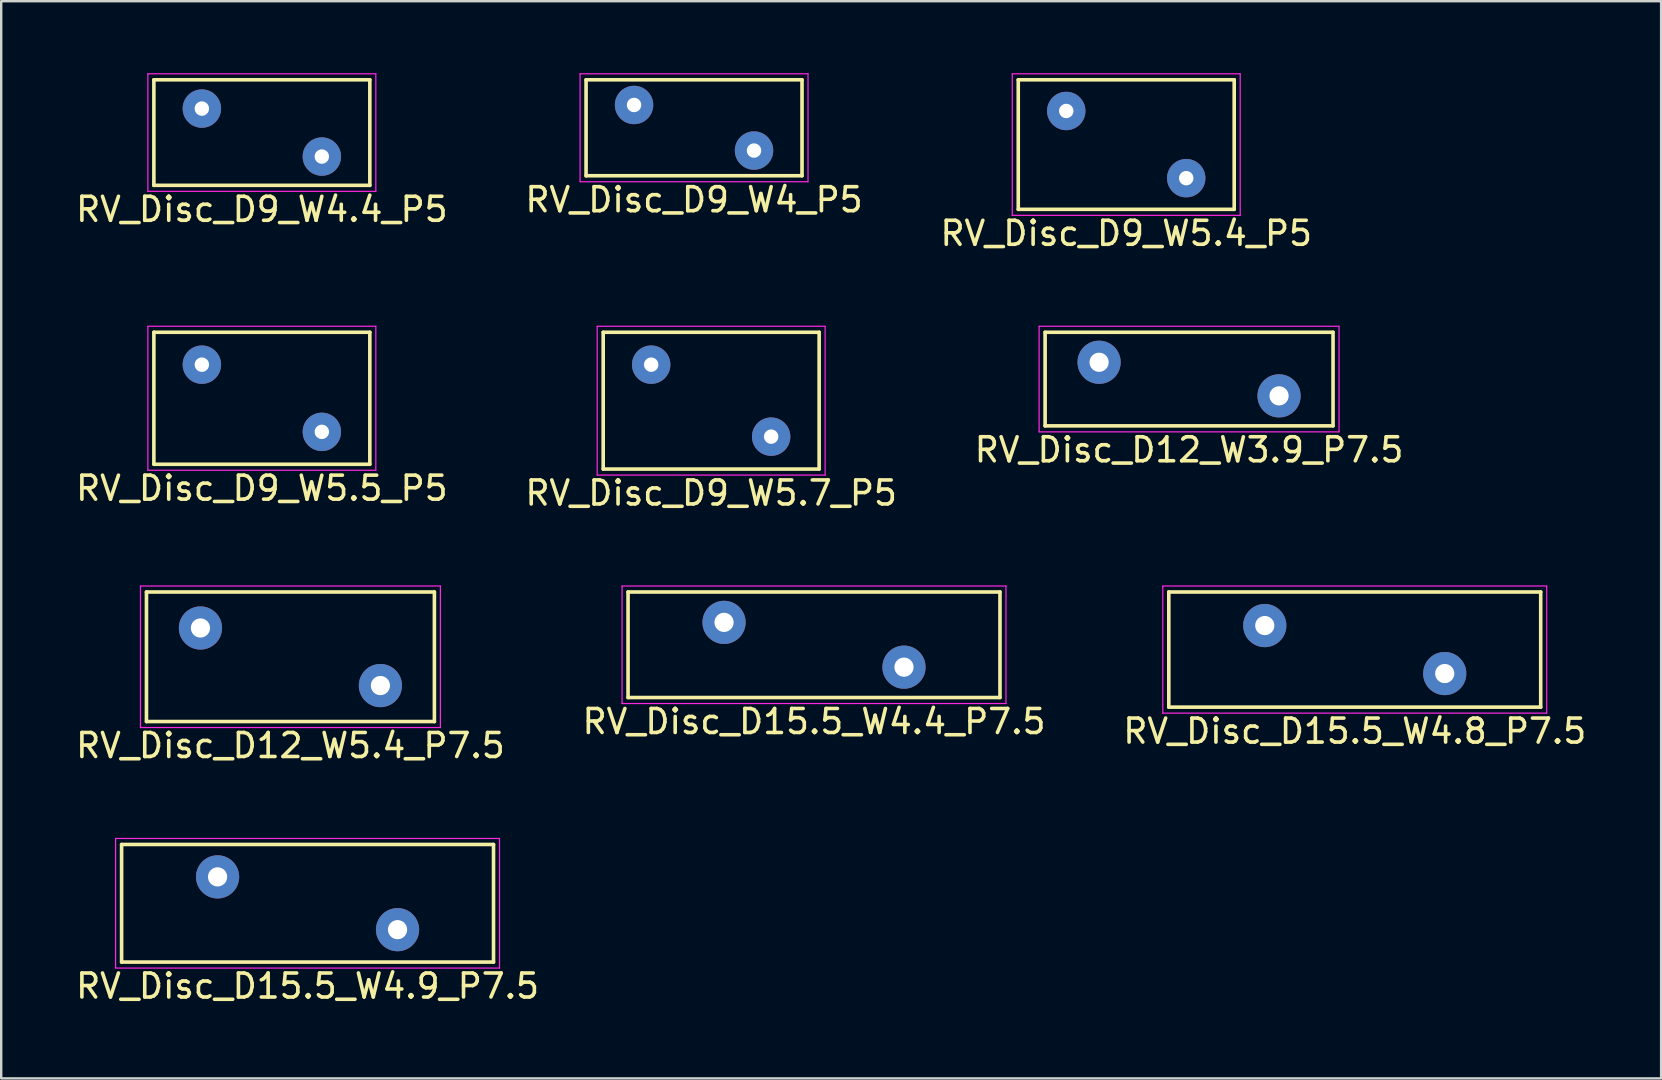
<source format=kicad_pcb>
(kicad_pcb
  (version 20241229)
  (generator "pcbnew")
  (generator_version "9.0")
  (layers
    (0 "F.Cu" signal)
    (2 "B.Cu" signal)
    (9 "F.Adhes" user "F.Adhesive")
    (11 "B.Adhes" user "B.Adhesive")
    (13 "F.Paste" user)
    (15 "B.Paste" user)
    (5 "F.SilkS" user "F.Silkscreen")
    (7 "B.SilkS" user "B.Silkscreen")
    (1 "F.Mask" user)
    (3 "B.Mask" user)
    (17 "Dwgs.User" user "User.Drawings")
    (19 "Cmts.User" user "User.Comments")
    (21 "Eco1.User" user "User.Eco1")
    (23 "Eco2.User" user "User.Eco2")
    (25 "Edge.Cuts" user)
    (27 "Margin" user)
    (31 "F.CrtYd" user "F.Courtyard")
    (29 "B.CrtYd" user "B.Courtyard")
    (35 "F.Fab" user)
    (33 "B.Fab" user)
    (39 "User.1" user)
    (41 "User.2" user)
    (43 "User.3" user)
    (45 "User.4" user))
  (footprint "RV_Disc_D9_W4_P5"
    (layer "F.Cu")
    (at 23.375 1.325)
    (property "Reference" "RV_Disc_D9_W4_P5" (at 2.5 3.95 0) (layer "F.SilkS") (effects (font (size 1 1) (thickness 0.15))))
    (attr through_hole)
    (fp_line (start -2 -1.05) (end -2 2.95) (stroke (width 0.15) (type solid)) (layer "F.SilkS"))
    (fp_line (start -2 -1.05) (end 7 -1.05) (stroke (width 0.15) (type solid)) (layer "F.SilkS"))
    (fp_line (start -2 2.95) (end 7 2.95) (stroke (width 0.15) (type solid)) (layer "F.SilkS"))
    (fp_line (start 7 -1.05) (end 7 2.95) (stroke (width 0.15) (type solid)) (layer "F.SilkS"))
    (fp_line (start -2.25 -1.3) (end -2.25 3.2) (stroke (width 0.05) (type solid)) (layer "F.CrtYd"))
    (fp_line (start -2.25 -1.3) (end 7.25 -1.3) (stroke (width 0.05) (type solid)) (layer "F.CrtYd"))
    (fp_line (start -2.25 3.2) (end 7.25 3.2) (stroke (width 0.05) (type solid)) (layer "F.CrtYd"))
    (fp_line (start 7.25 -1.3) (end 7.25 3.2) (stroke (width 0.05) (type solid)) (layer "F.CrtYd"))
    (pad "1" thru_hole circle (at 0 0) (size 1.6 1.6) (drill 0.6) (layers "*.Cu" "*.Mask"))
    (pad "2" thru_hole circle (at 5 1.9) (size 1.6 1.6) (drill 0.6) (layers "*.Cu" "*.Mask")))
  (footprint "RV_Disc_D15.5_W4.8_P7.5"
    (layer "F.Cu")
    (at 49.661 23.021)
    (property "Reference" "RV_Disc_D15.5_W4.8_P7.5" (at 3.75 4.4 0) (layer "F.SilkS") (effects (font (size 1 1) (thickness 0.15))))
    (attr through_hole)
    (fp_line (start -4 -1.4) (end -4 3.4) (stroke (width 0.15) (type solid)) (layer "F.SilkS"))
    (fp_line (start -4 -1.4) (end 11.5 -1.4) (stroke (width 0.15) (type solid)) (layer "F.SilkS"))
    (fp_line (start -4 3.4) (end 11.5 3.4) (stroke (width 0.15) (type solid)) (layer "F.SilkS"))
    (fp_line (start 11.5 -1.4) (end 11.5 3.4) (stroke (width 0.15) (type solid)) (layer "F.SilkS"))
    (fp_line (start -4.25 -1.65) (end -4.25 3.65) (stroke (width 0.05) (type solid)) (layer "F.CrtYd"))
    (fp_line (start -4.25 -1.65) (end 11.75 -1.65) (stroke (width 0.05) (type solid)) (layer "F.CrtYd"))
    (fp_line (start -4.25 3.65) (end 11.75 3.65) (stroke (width 0.05) (type solid)) (layer "F.CrtYd"))
    (fp_line (start 11.75 -1.65) (end 11.75 3.65) (stroke (width 0.05) (type solid)) (layer "F.CrtYd"))
    (pad "1" thru_hole circle (at 0 0) (size 1.8 1.8) (drill 0.8) (layers "*.Cu" "*.Mask"))
    (pad "2" thru_hole circle (at 7.5 2) (size 1.8 1.8) (drill 0.8) (layers "*.Cu" "*.Mask")))
  (footprint "RV_Disc_D12_W5.4_P7.5"
    (layer "F.Cu")
    (at 5.304 23.122)
    (property "Reference" "RV_Disc_D12_W5.4_P7.5" (at 3.75 4.9 0) (layer "F.SilkS") (effects (font (size 1 1) (thickness 0.15))))
    (attr through_hole)
    (fp_line (start -2.25 -1.5) (end -2.25 3.9) (stroke (width 0.15) (type solid)) (layer "F.SilkS"))
    (fp_line (start -2.25 -1.5) (end 9.75 -1.5) (stroke (width 0.15) (type solid)) (layer "F.SilkS"))
    (fp_line (start -2.25 3.9) (end 9.75 3.9) (stroke (width 0.15) (type solid)) (layer "F.SilkS"))
    (fp_line (start 9.75 -1.5) (end 9.75 3.9) (stroke (width 0.15) (type solid)) (layer "F.SilkS"))
    (fp_line (start -2.5 -1.75) (end -2.5 4.15) (stroke (width 0.05) (type solid)) (layer "F.CrtYd"))
    (fp_line (start -2.5 -1.75) (end 10 -1.75) (stroke (width 0.05) (type solid)) (layer "F.CrtYd"))
    (fp_line (start -2.5 4.15) (end 10 4.15) (stroke (width 0.05) (type solid)) (layer "F.CrtYd"))
    (fp_line (start 10 -1.75) (end 10 4.15) (stroke (width 0.05) (type solid)) (layer "F.CrtYd"))
    (pad "1" thru_hole circle (at 0 0) (size 1.8 1.8) (drill 0.8) (layers "*.Cu" "*.Mask"))
    (pad "2" thru_hole circle (at 7.5 2.4) (size 1.8 1.8) (drill 0.8) (layers "*.Cu" "*.Mask")))
  (footprint "RV_Disc_D15.5_W4.4_P7.5"
    (layer "F.Cu")
    (at 27.125 22.888)
    (property "Reference" "RV_Disc_D15.5_W4.4_P7.5" (at 3.75 4.133 0) (layer "F.SilkS") (effects (font (size 1 1) (thickness 0.15))))
    (attr through_hole)
    (fp_line (start -4 -1.267) (end -4 3.133) (stroke (width 0.15) (type solid)) (layer "F.SilkS"))
    (fp_line (start -4 -1.267) (end 11.5 -1.267) (stroke (width 0.15) (type solid)) (layer "F.SilkS"))
    (fp_line (start -4 3.133) (end 11.5 3.133) (stroke (width 0.15) (type solid)) (layer "F.SilkS"))
    (fp_line (start 11.5 -1.267) (end 11.5 3.133) (stroke (width 0.15) (type solid)) (layer "F.SilkS"))
    (fp_line (start -4.25 -1.517) (end -4.25 3.383) (stroke (width 0.05) (type solid)) (layer "F.CrtYd"))
    (fp_line (start -4.25 -1.517) (end 11.75 -1.517) (stroke (width 0.05) (type solid)) (layer "F.CrtYd"))
    (fp_line (start -4.25 3.383) (end 11.75 3.383) (stroke (width 0.05) (type solid)) (layer "F.CrtYd"))
    (fp_line (start 11.75 -1.517) (end 11.75 3.383) (stroke (width 0.05) (type solid)) (layer "F.CrtYd"))
    (pad "1" thru_hole circle (at 0 0) (size 1.8 1.8) (drill 0.8) (layers "*.Cu" "*.Mask"))
    (pad "2" thru_hole circle (at 7.5 1.867) (size 1.8 1.8) (drill 0.8) (layers "*.Cu" "*.Mask")))
  (footprint "RV_Disc_D9_W5.5_P5"
    (layer "F.Cu")
    (at 5.363 12.148)
    (property "Reference" "RV_Disc_D9_W5.5_P5" (at 2.5 5.15 0) (layer "F.SilkS") (effects (font (size 1 1) (thickness 0.15))))
    (attr through_hole)
    (fp_line (start -2 -1.35) (end -2 4.15) (stroke (width 0.15) (type solid)) (layer "F.SilkS"))
    (fp_line (start -2 -1.35) (end 7 -1.35) (stroke (width 0.15) (type solid)) (layer "F.SilkS"))
    (fp_line (start -2 4.15) (end 7 4.15) (stroke (width 0.15) (type solid)) (layer "F.SilkS"))
    (fp_line (start 7 -1.35) (end 7 4.15) (stroke (width 0.15) (type solid)) (layer "F.SilkS"))
    (fp_line (start -2.25 -1.6) (end -2.25 4.4) (stroke (width 0.05) (type solid)) (layer "F.CrtYd"))
    (fp_line (start -2.25 -1.6) (end 7.25 -1.6) (stroke (width 0.05) (type solid)) (layer "F.CrtYd"))
    (fp_line (start -2.25 4.4) (end 7.25 4.4) (stroke (width 0.05) (type solid)) (layer "F.CrtYd"))
    (fp_line (start 7.25 -1.6) (end 7.25 4.4) (stroke (width 0.05) (type solid)) (layer "F.CrtYd"))
    (pad "1" thru_hole circle (at 0 0) (size 1.6 1.6) (drill 0.6) (layers "*.Cu" "*.Mask"))
    (pad "2" thru_hole circle (at 5 2.8) (size 1.6 1.6) (drill 0.6) (layers "*.Cu" "*.Mask")))
  (footprint "RV_Disc_D12_W3.9_P7.5"
    (layer "F.Cu")
    (at 42.756 12.048)
    (property "Reference" "RV_Disc_D12_W3.9_P7.5" (at 3.75 3.65 0) (layer "F.SilkS") (effects (font (size 1 1) (thickness 0.15))))
    (attr through_hole)
    (fp_line (start -2.25 -1.25) (end -2.25 2.65) (stroke (width 0.15) (type solid)) (layer "F.SilkS"))
    (fp_line (start -2.25 -1.25) (end 9.75 -1.25) (stroke (width 0.15) (type solid)) (layer "F.SilkS"))
    (fp_line (start -2.25 2.65) (end 9.75 2.65) (stroke (width 0.15) (type solid)) (layer "F.SilkS"))
    (fp_line (start 9.75 -1.25) (end 9.75 2.65) (stroke (width 0.15) (type solid)) (layer "F.SilkS"))
    (fp_line (start -2.5 -1.5) (end -2.5 2.9) (stroke (width 0.05) (type solid)) (layer "F.CrtYd"))
    (fp_line (start -2.5 -1.5) (end 10 -1.5) (stroke (width 0.05) (type solid)) (layer "F.CrtYd"))
    (fp_line (start -2.5 2.9) (end 10 2.9) (stroke (width 0.05) (type solid)) (layer "F.CrtYd"))
    (fp_line (start 10 -1.5) (end 10 2.9) (stroke (width 0.05) (type solid)) (layer "F.CrtYd"))
    (pad "1" thru_hole circle (at 0 0) (size 1.8 1.8) (drill 0.8) (layers "*.Cu" "*.Mask"))
    (pad "2" thru_hole circle (at 7.5 1.4) (size 1.8 1.8) (drill 0.8) (layers "*.Cu" "*.Mask")))
  (footprint "RV_Disc_D9_W5.4_P5"
    (layer "F.Cu")
    (at 41.387 1.575)
    (property "Reference" "RV_Disc_D9_W5.4_P5" (at 2.5 5.1 0) (layer "F.SilkS") (effects (font (size 1 1) (thickness 0.15))))
    (attr through_hole)
    (fp_line (start -2 -1.3) (end -2 4.1) (stroke (width 0.15) (type solid)) (layer "F.SilkS"))
    (fp_line (start -2 -1.3) (end 7 -1.3) (stroke (width 0.15) (type solid)) (layer "F.SilkS"))
    (fp_line (start -2 4.1) (end 7 4.1) (stroke (width 0.15) (type solid)) (layer "F.SilkS"))
    (fp_line (start 7 -1.3) (end 7 4.1) (stroke (width 0.15) (type solid)) (layer "F.SilkS"))
    (fp_line (start -2.25 -1.55) (end -2.25 4.35) (stroke (width 0.05) (type solid)) (layer "F.CrtYd"))
    (fp_line (start -2.25 -1.55) (end 7.25 -1.55) (stroke (width 0.05) (type solid)) (layer "F.CrtYd"))
    (fp_line (start -2.25 4.35) (end 7.25 4.35) (stroke (width 0.05) (type solid)) (layer "F.CrtYd"))
    (fp_line (start 7.25 -1.55) (end 7.25 4.35) (stroke (width 0.05) (type solid)) (layer "F.CrtYd"))
    (pad "1" thru_hole circle (at 0 0) (size 1.6 1.6) (drill 0.6) (layers "*.Cu" "*.Mask"))
    (pad "2" thru_hole circle (at 5 2.8) (size 1.6 1.6) (drill 0.6) (layers "*.Cu" "*.Mask")))
  (footprint "RV_Disc_D15.5_W4.9_P7.5"
    (layer "F.Cu")
    (at 6.018 33.495)
    (property "Reference" "RV_Disc_D15.5_W4.9_P7.5" (at 3.75 4.55 0) (layer "F.SilkS") (effects (font (size 1 1) (thickness 0.15))))
    (attr through_hole)
    (fp_line (start -4 -1.35) (end -4 3.55) (stroke (width 0.15) (type solid)) (layer "F.SilkS"))
    (fp_line (start -4 -1.35) (end 11.5 -1.35) (stroke (width 0.15) (type solid)) (layer "F.SilkS"))
    (fp_line (start -4 3.55) (end 11.5 3.55) (stroke (width 0.15) (type solid)) (layer "F.SilkS"))
    (fp_line (start 11.5 -1.35) (end 11.5 3.55) (stroke (width 0.15) (type solid)) (layer "F.SilkS"))
    (fp_line (start -4.25 -1.6) (end -4.25 3.8) (stroke (width 0.05) (type solid)) (layer "F.CrtYd"))
    (fp_line (start -4.25 -1.6) (end 11.75 -1.6) (stroke (width 0.05) (type solid)) (layer "F.CrtYd"))
    (fp_line (start -4.25 3.8) (end 11.75 3.8) (stroke (width 0.05) (type solid)) (layer "F.CrtYd"))
    (fp_line (start 11.75 -1.6) (end 11.75 3.8) (stroke (width 0.05) (type solid)) (layer "F.CrtYd"))
    (pad "1" thru_hole circle (at 0 0) (size 1.8 1.8) (drill 0.8) (layers "*.Cu" "*.Mask"))
    (pad "2" thru_hole circle (at 7.5 2.2) (size 1.8 1.8) (drill 0.8) (layers "*.Cu" "*.Mask")))
  (footprint "RV_Disc_D9_W5.7_P5"
    (layer "F.Cu")
    (at 24.089 12.148)
    (property "Reference" "RV_Disc_D9_W5.7_P5" (at 2.5 5.35 0) (layer "F.SilkS") (effects (font (size 1 1) (thickness 0.15))))
    (attr through_hole)
    (fp_line (start -2 -1.35) (end -2 4.35) (stroke (width 0.15) (type solid)) (layer "F.SilkS"))
    (fp_line (start -2 -1.35) (end 7 -1.35) (stroke (width 0.15) (type solid)) (layer "F.SilkS"))
    (fp_line (start -2 4.35) (end 7 4.35) (stroke (width 0.15) (type solid)) (layer "F.SilkS"))
    (fp_line (start 7 -1.35) (end 7 4.35) (stroke (width 0.15) (type solid)) (layer "F.SilkS"))
    (fp_line (start -2.25 -1.6) (end -2.25 4.6) (stroke (width 0.05) (type solid)) (layer "F.CrtYd"))
    (fp_line (start -2.25 -1.6) (end 7.25 -1.6) (stroke (width 0.05) (type solid)) (layer "F.CrtYd"))
    (fp_line (start -2.25 4.6) (end 7.25 4.6) (stroke (width 0.05) (type solid)) (layer "F.CrtYd"))
    (fp_line (start 7.25 -1.6) (end 7.25 4.6) (stroke (width 0.05) (type solid)) (layer "F.CrtYd"))
    (pad "1" thru_hole circle (at 0 0) (size 1.6 1.6) (drill 0.6) (layers "*.Cu" "*.Mask"))
    (pad "2" thru_hole circle (at 5 3) (size 1.6 1.6) (drill 0.6) (layers "*.Cu" "*.Mask")))
  (footprint "RV_Disc_D9_W4.4_P5"
    (layer "F.Cu")
    (at 5.363 1.475)
    (property "Reference" "RV_Disc_D9_W4.4_P5" (at 2.5 4.2 0) (layer "F.SilkS") (effects (font (size 1 1) (thickness 0.15))))
    (attr through_hole)
    (fp_line (start -2 -1.2) (end -2 3.2) (stroke (width 0.15) (type solid)) (layer "F.SilkS"))
    (fp_line (start -2 -1.2) (end 7 -1.2) (stroke (width 0.15) (type solid)) (layer "F.SilkS"))
    (fp_line (start -2 3.2) (end 7 3.2) (stroke (width 0.15) (type solid)) (layer "F.SilkS"))
    (fp_line (start 7 -1.2) (end 7 3.2) (stroke (width 0.15) (type solid)) (layer "F.SilkS"))
    (fp_line (start -2.25 -1.45) (end -2.25 3.45) (stroke (width 0.05) (type solid)) (layer "F.CrtYd"))
    (fp_line (start -2.25 -1.45) (end 7.25 -1.45) (stroke (width 0.05) (type solid)) (layer "F.CrtYd"))
    (fp_line (start -2.25 3.45) (end 7.25 3.45) (stroke (width 0.05) (type solid)) (layer "F.CrtYd"))
    (fp_line (start 7.25 -1.45) (end 7.25 3.45) (stroke (width 0.05) (type solid)) (layer "F.CrtYd"))
    (pad "1" thru_hole circle (at 0 0) (size 1.6 1.6) (drill 0.6) (layers "*.Cu" "*.Mask"))
    (pad "2" thru_hole circle (at 5 2) (size 1.6 1.6) (drill 0.6) (layers "*.Cu" "*.Mask")))
  (gr_rect
    (start -3 -3)
    (end 66.179 41.893)
    (stroke (width 0.1) (type default))
    (fill no)
    (layer "Edge.Cuts")))
</source>
